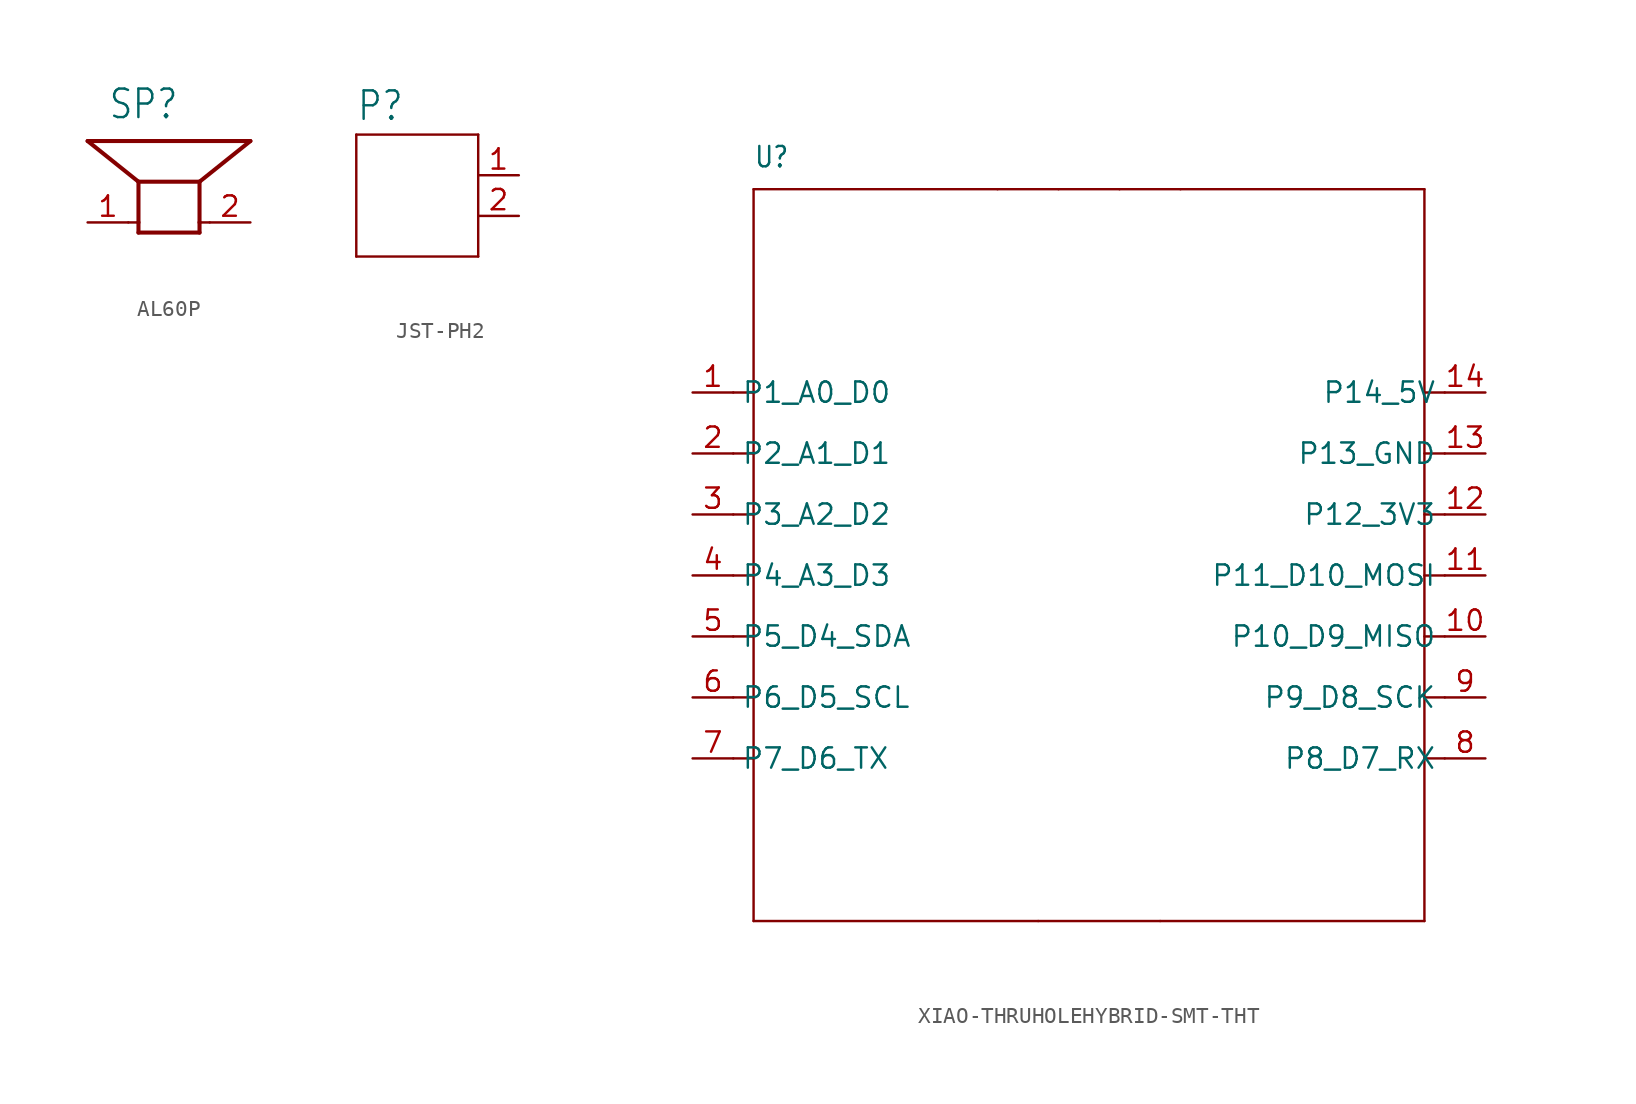
<source format=kicad_sym>
(kicad_symbol_lib
  (version 20220914)
  (generator kicad_symbol_editor)
  (symbol "AL60P"
    (property "Reference" "SP"
      (at -3.81 6.35 0)
      (effects (font (size 1.778 1.511)) (justify left bottom)))
    (property "Value" ""
      (at -3.81 -3.175 0)
      (effects (font (size 1.778 1.511)) (justify left bottom)))
    (property "ki_locked" ""
      (at 0 0 0)
      (effects (font (size 1.27 1.27))))
    (symbol "AL60P_1_0"
      (polyline (pts (xy -2.54 0) (xy -1.905 0)) (stroke (width 0.152) (type solid)) (fill (type none)))
      (polyline (pts (xy -1.905 -0.635) (xy -1.905 0)) (stroke (width 0.254) (type solid)) (fill (type none)))
      (polyline (pts (xy -1.905 -0.635) (xy 1.905 -0.635)) (stroke (width 0.254) (type solid)) (fill (type none)))
      (polyline (pts (xy -1.905 0) (xy -1.905 2.54)) (stroke (width 0.254) (type solid)) (fill (type none)))
      (polyline (pts (xy -1.905 2.54) (xy -5.08 5.08)) (stroke (width 0.254) (type solid)) (fill (type none)))
      (polyline (pts (xy 1.905 -0.635) (xy 1.905 0)) (stroke (width 0.254) (type solid)) (fill (type none)))
      (polyline (pts (xy 1.905 0) (xy 1.905 2.54)) (stroke (width 0.254) (type solid)) (fill (type none)))
      (polyline (pts (xy 1.905 2.54) (xy -1.905 2.54)) (stroke (width 0.254) (type solid)) (fill (type none)))
      (polyline (pts (xy 1.905 2.54) (xy 5.08 5.08)) (stroke (width 0.254) (type solid)) (fill (type none)))
      (polyline (pts (xy 2.54 0) (xy 1.905 0)) (stroke (width 0.152) (type solid)) (fill (type none)))
      (polyline (pts (xy 5.08 5.08) (xy -5.08 5.08)) (stroke (width 0.254) (type solid)) (fill (type none)))
      (pin passive line (at -5.08 0 0) (length 2.54) (name "1" (effects (font (size 0 0)))) (number "1" (effects (font (size 1.27 1.27)))))
      (pin passive line (at 5.08 0 180) (length 2.54) (name "2" (effects (font (size 0 0)))) (number "2" (effects (font (size 1.27 1.27)))))))
  (symbol "JST-PH2"
    (property "Reference" "P"
      (at -2.54 3.302 0)
      (effects (font (size 1.778 1.511)) (justify left bottom)))
    (property "Value" ""
      (at -2.54 -7.366 0)
      (effects (font (size 1.778 1.511)) (justify left bottom)))
    (property "ki_locked" ""
      (at 0 0 0)
      (effects (font (size 1.27 1.27))))
    (symbol "JST-PH2_1_0"
      (polyline (pts (xy -2.54 -5.08) (xy 5.08 -5.08)) (stroke (width 0.152) (type solid)) (fill (type none)))
      (polyline (pts (xy -2.54 2.54) (xy -2.54 -5.08)) (stroke (width 0.152) (type solid)) (fill (type none)))
      (polyline (pts (xy 5.08 -5.08) (xy 5.08 2.54)) (stroke (width 0.152) (type solid)) (fill (type none)))
      (polyline (pts (xy 5.08 2.54) (xy -2.54 2.54)) (stroke (width 0.152) (type solid)) (fill (type none)))
      (pin passive line (at 7.62 0 180) (length 2.54) (name "1" (effects (font (size 0 0)))) (number "1" (effects (font (size 1.27 1.27)))))
      (pin passive line (at 7.62 -2.54 180) (length 2.54) (name "2" (effects (font (size 0 0)))) (number "2" (effects (font (size 1.27 1.27)))))))
  (symbol "XIAO-THRUHOLEHYBRID-SMT-THT"
    (property "Reference" "U"
      (at -20.32 24.13 0)
      (effects (font (size 1.27 1.079)) (justify left bottom)))
    (property "Value" ""
      (at -20.32 22.86 0)
      (effects (font (size 1.27 1.079)) (justify left bottom)))
    (property "ki_locked" ""
      (at 0 0 0)
      (effects (font (size 1.27 1.27))))
    (symbol "XIAO-THRUHOLEHYBRID-SMT-THT_1_0"
      (polyline (pts (xy -20.32 -22.86) (xy -2.54 -22.86)) (stroke (width 0.152) (type solid)) (fill (type none)))
      (polyline (pts (xy -20.32 -12.7) (xy -21.59 -12.7)) (stroke (width 0.152) (type solid)) (fill (type none)))
      (polyline (pts (xy -20.32 -12.7) (xy -20.32 -22.86)) (stroke (width 0.152) (type solid)) (fill (type none)))
      (polyline (pts (xy -20.32 -8.89) (xy -21.59 -8.89)) (stroke (width 0.152) (type solid)) (fill (type none)))
      (polyline (pts (xy -20.32 -5.08) (xy -21.59 -5.08)) (stroke (width 0.152) (type solid)) (fill (type none)))
      (polyline (pts (xy -20.32 -1.27) (xy -21.59 -1.27)) (stroke (width 0.152) (type solid)) (fill (type none)))
      (polyline (pts (xy -20.32 2.54) (xy -21.59 2.54)) (stroke (width 0.152) (type solid)) (fill (type none)))
      (polyline (pts (xy -20.32 2.54) (xy -20.32 -12.7)) (stroke (width 0.152) (type solid)) (fill (type none)))
      (polyline (pts (xy -20.32 6.35) (xy -21.59 6.35)) (stroke (width 0.152) (type solid)) (fill (type none)))
      (polyline (pts (xy -20.32 6.35) (xy -20.32 2.54)) (stroke (width 0.152) (type solid)) (fill (type none)))
      (polyline (pts (xy -20.32 10.16) (xy -21.59 10.16)) (stroke (width 0.152) (type solid)) (fill (type none)))
      (polyline (pts (xy -20.32 10.16) (xy -20.32 6.35)) (stroke (width 0.152) (type solid)) (fill (type none)))
      (polyline (pts (xy -20.32 22.86) (xy -20.32 10.16)) (stroke (width 0.152) (type solid)) (fill (type none)))
      (polyline (pts (xy -5.08 22.86) (xy -20.32 22.86)) (stroke (width 0.152) (type solid)) (fill (type none)))
      (polyline (pts (xy -2.54 -22.86) (xy 5.08 -22.86)) (stroke (width 0.152) (type solid)) (fill (type none)))
      (polyline (pts (xy -1.27 22.86) (xy -5.08 22.86)) (stroke (width 0.152) (type solid)) (fill (type none)))
      (polyline (pts (xy 2.54 22.86) (xy -1.27 22.86)) (stroke (width 0.152) (type solid)) (fill (type none)))
      (polyline (pts (xy 5.08 -22.86) (xy 21.59 -22.86)) (stroke (width 0.152) (type solid)) (fill (type none)))
      (polyline (pts (xy 6.35 22.86) (xy 2.54 22.86)) (stroke (width 0.152) (type solid)) (fill (type none)))
      (polyline (pts (xy 21.59 -22.86) (xy 21.59 22.86)) (stroke (width 0.152) (type solid)) (fill (type none)))
      (polyline (pts (xy 21.59 22.86) (xy 6.35 22.86)) (stroke (width 0.152) (type solid)) (fill (type none)))
      (polyline (pts (xy 22.86 -12.7) (xy 21.59 -12.7)) (stroke (width 0.152) (type solid)) (fill (type none)))
      (polyline (pts (xy 22.86 -8.89) (xy 21.59 -8.89)) (stroke (width 0.152) (type solid)) (fill (type none)))
      (polyline (pts (xy 22.86 -5.08) (xy 21.59 -5.08)) (stroke (width 0.152) (type solid)) (fill (type none)))
      (polyline (pts (xy 22.86 -1.27) (xy 21.59 -1.27)) (stroke (width 0.152) (type solid)) (fill (type none)))
      (polyline (pts (xy 22.86 2.54) (xy 21.59 2.54)) (stroke (width 0.152) (type solid)) (fill (type none)))
      (polyline (pts (xy 22.86 6.35) (xy 21.59 6.35)) (stroke (width 0.152) (type solid)) (fill (type none)))
      (polyline (pts (xy 22.86 10.16) (xy 21.59 10.16)) (stroke (width 0.152) (type solid)) (fill (type none)))
      (pin bidirectional line (at -24.13 10.16 0) (length 2.54) (name "P1_A0_D0" (effects (font (size 1.27 1.27)))) (number "1" (effects (font (size 1.27 1.27)))))
      (pin bidirectional line (at 25.4 -5.08 180) (length 2.54) (name "P10_D9_MISO" (effects (font (size 1.27 1.27)))) (number "10" (effects (font (size 1.27 1.27)))))
      (pin bidirectional line (at 25.4 -1.27 180) (length 2.54) (name "P11_D10_MOSI" (effects (font (size 1.27 1.27)))) (number "11" (effects (font (size 1.27 1.27)))))
      (pin bidirectional line (at 25.4 2.54 180) (length 2.54) (name "P12_3V3" (effects (font (size 1.27 1.27)))) (number "12" (effects (font (size 1.27 1.27)))))
      (pin bidirectional line (at 25.4 6.35 180) (length 2.54) (name "P13_GND" (effects (font (size 1.27 1.27)))) (number "13" (effects (font (size 1.27 1.27)))))
      (pin bidirectional line (at 25.4 10.16 180) (length 2.54) (name "P14_5V" (effects (font (size 1.27 1.27)))) (number "14" (effects (font (size 1.27 1.27)))))
      (pin bidirectional line (at -24.13 6.35 0) (length 2.54) (name "P2_A1_D1" (effects (font (size 1.27 1.27)))) (number "2" (effects (font (size 1.27 1.27)))))
      (pin bidirectional line (at -24.13 2.54 0) (length 2.54) (name "P3_A2_D2" (effects (font (size 1.27 1.27)))) (number "3" (effects (font (size 1.27 1.27)))))
      (pin bidirectional line (at -24.13 -1.27 0) (length 2.54) (name "P4_A3_D3" (effects (font (size 1.27 1.27)))) (number "4" (effects (font (size 1.27 1.27)))))
      (pin bidirectional line (at -24.13 -5.08 0) (length 2.54) (name "P5_D4_SDA" (effects (font (size 1.27 1.27)))) (number "5" (effects (font (size 1.27 1.27)))))
      (pin bidirectional line (at -24.13 -8.89 0) (length 2.54) (name "P6_D5_SCL" (effects (font (size 1.27 1.27)))) (number "6" (effects (font (size 1.27 1.27)))))
      (pin bidirectional line (at -24.13 -12.7 0) (length 2.54) (name "P7_D6_TX" (effects (font (size 1.27 1.27)))) (number "7" (effects (font (size 1.27 1.27)))))
      (pin bidirectional line (at 25.4 -12.7 180) (length 2.54) (name "P8_D7_RX" (effects (font (size 1.27 1.27)))) (number "8" (effects (font (size 1.27 1.27)))))
      (pin bidirectional line (at 25.4 -8.89 180) (length 2.54) (name "P9_D8_SCK" (effects (font (size 1.27 1.27)))) (number "9" (effects (font (size 1.27 1.27))))))))
</source>
